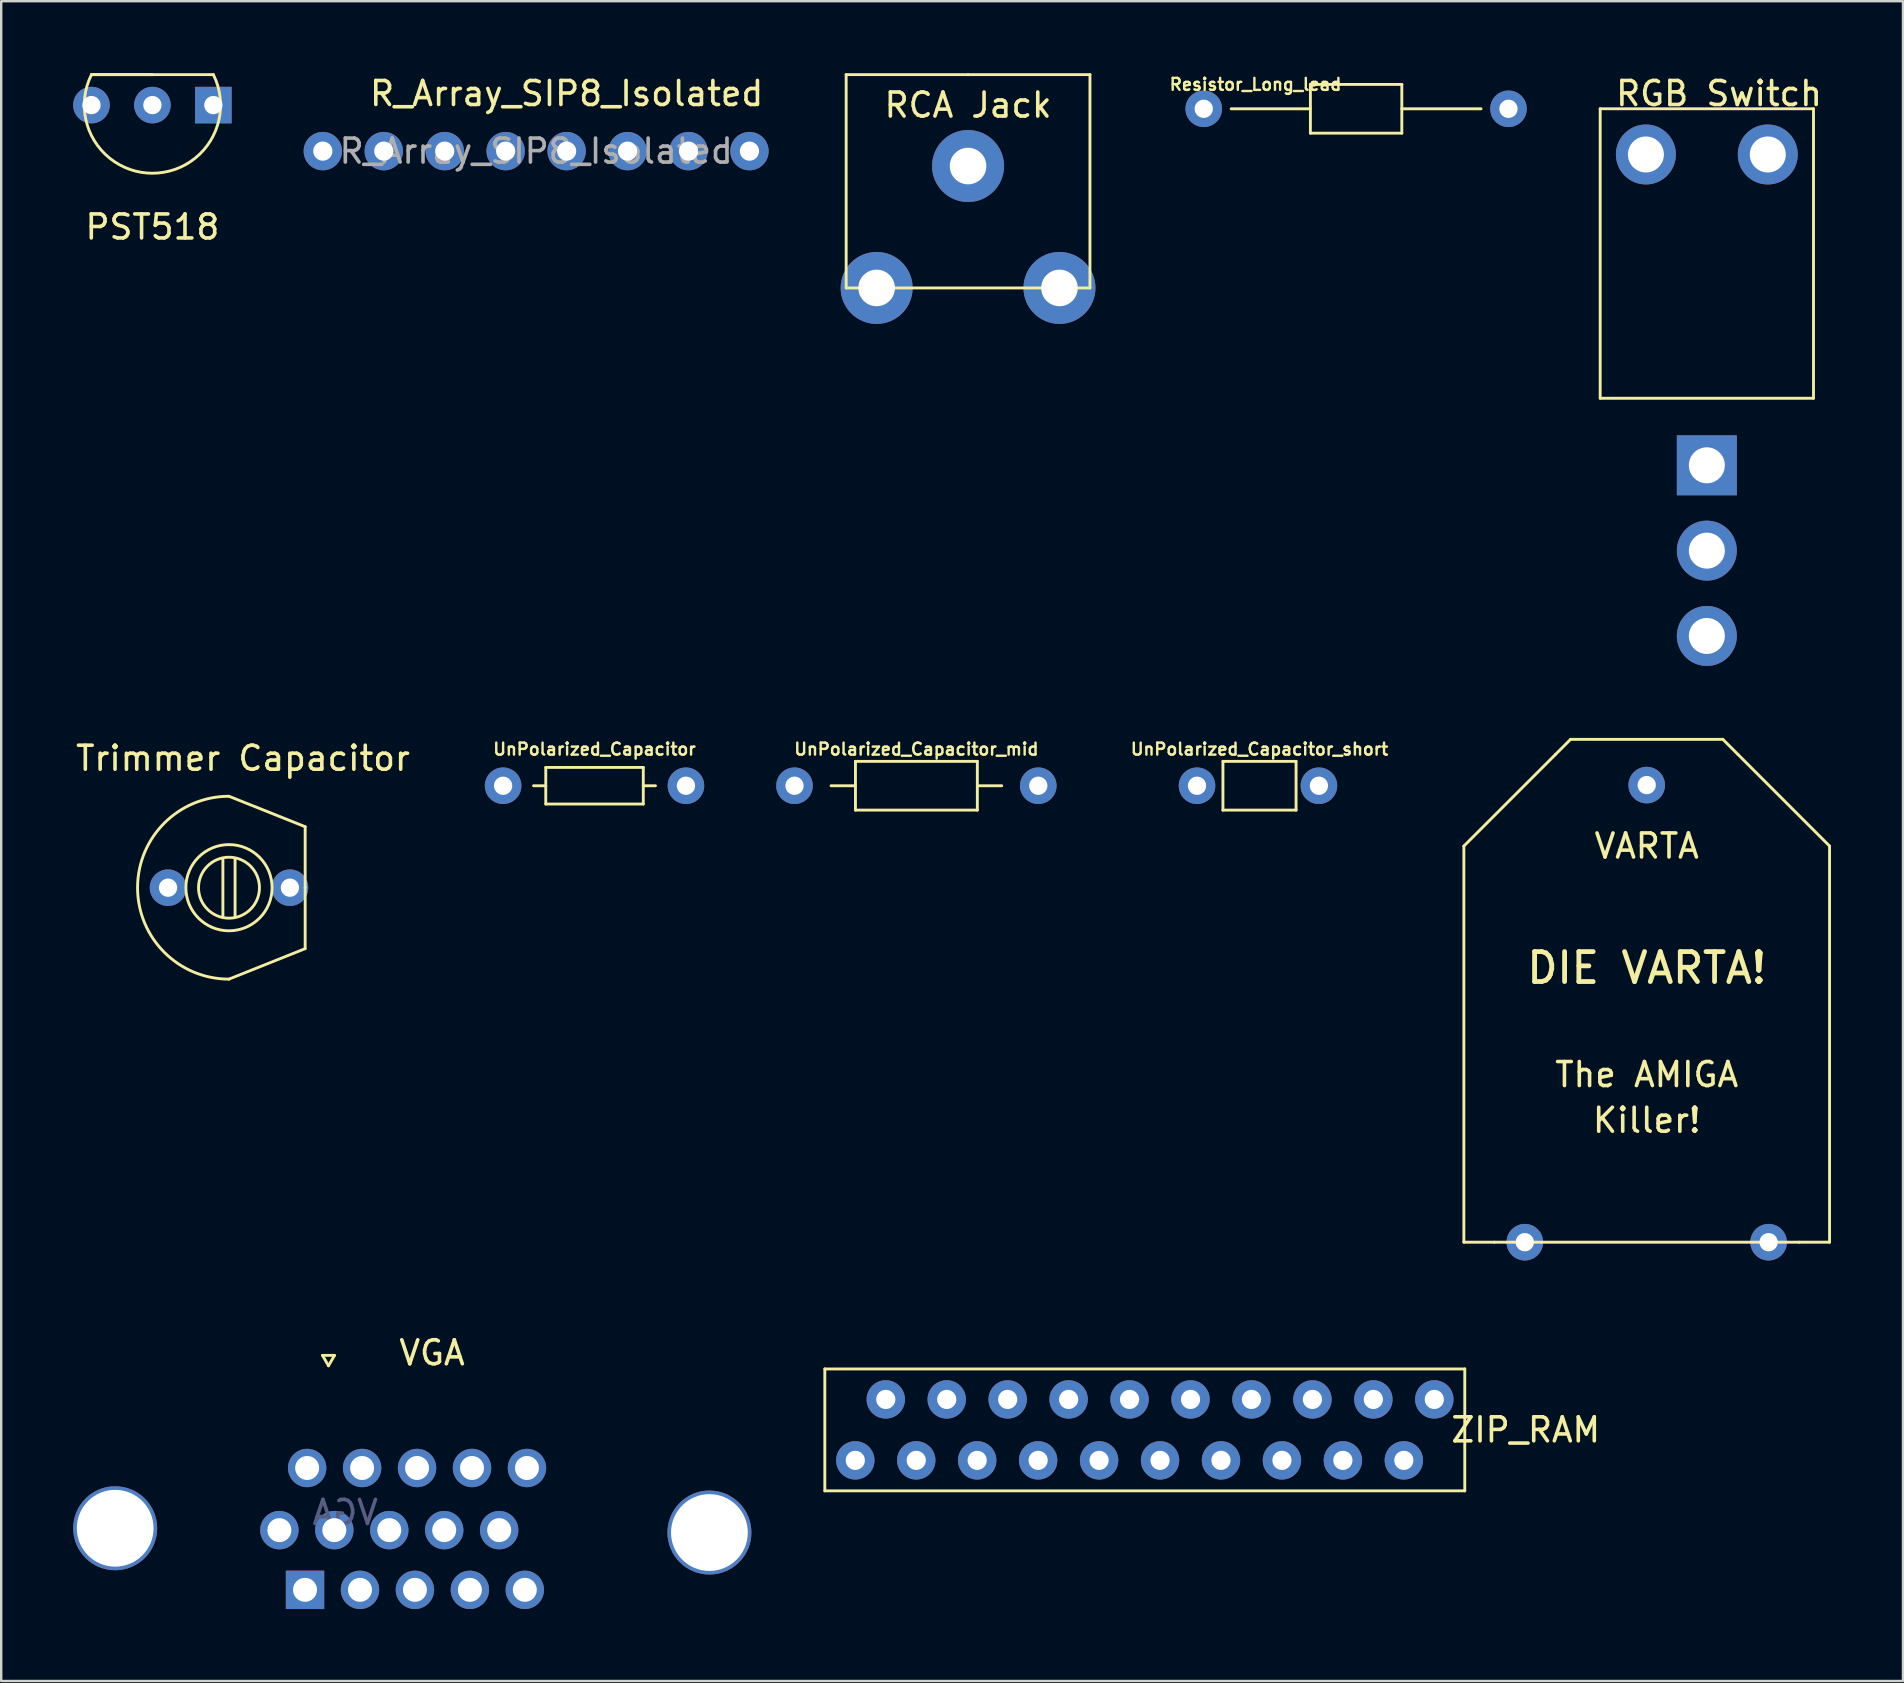
<source format=kicad_pcb>
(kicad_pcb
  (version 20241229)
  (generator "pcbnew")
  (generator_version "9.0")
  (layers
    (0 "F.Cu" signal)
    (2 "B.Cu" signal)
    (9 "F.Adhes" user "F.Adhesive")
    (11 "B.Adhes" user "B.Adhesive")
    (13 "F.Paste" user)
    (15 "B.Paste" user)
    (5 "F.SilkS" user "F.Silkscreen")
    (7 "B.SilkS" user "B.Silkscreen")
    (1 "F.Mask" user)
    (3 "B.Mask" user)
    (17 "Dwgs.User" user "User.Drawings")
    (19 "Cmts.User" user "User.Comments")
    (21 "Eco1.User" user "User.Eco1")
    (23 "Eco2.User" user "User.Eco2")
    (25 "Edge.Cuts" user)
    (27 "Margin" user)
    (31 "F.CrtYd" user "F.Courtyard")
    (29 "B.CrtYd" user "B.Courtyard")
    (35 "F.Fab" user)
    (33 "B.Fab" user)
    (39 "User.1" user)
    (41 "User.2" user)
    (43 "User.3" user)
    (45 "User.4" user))
  (footprint "RCA Jack"
    (layer "F.Cu")
    (at 37.294 6.41)
    (property "Reference" "RCA Jack" (at 0 -5.08 0) (layer "F.SilkS") (effects (font (size 1 1) (thickness 0.15))))
    (attr through_hole)
    (fp_line (start -5.08 -6.35) (end -5.08 2.54) (stroke (width 0.12) (type solid)) (layer "F.SilkS"))
    (fp_line (start -5.08 2.54) (end 5.08 2.54) (stroke (width 0.12) (type solid)) (layer "F.SilkS"))
    (fp_line (start 0 -6.35) (end -5.08 -6.35) (stroke (width 0.12) (type solid)) (layer "F.SilkS"))
    (fp_line (start 5.08 -6.35) (end 0 -6.35) (stroke (width 0.12) (type solid)) (layer "F.SilkS"))
    (fp_line (start 5.08 2.54) (end 5.08 -6.35) (stroke (width 0.12) (type solid)) (layer "F.SilkS"))
    (pad "1" thru_hole circle (at 3.81 2.54) (size 3 3) (drill 1.524) (layers "*.Cu" "*.Mask"))
    (pad "2" thru_hole circle (at -3.81 2.54) (size 3 3) (drill 1.524) (layers "*.Cu" "*.Mask"))
    (pad "3" thru_hole circle (at 0 -2.54) (size 3 3) (drill 1.524) (layers "*.Cu" "*.Mask")))
  (footprint "Trimmer Capacitor"
    (layer "F.Cu")
    (at 6.493 31.405)
    (property "Reference" "Trimmer Capacitor" (at 0.584 -2.853 0) (layer "F.SilkS") (effects (font (size 1 1) (thickness 0.15))))
    (attr through_hole)
    (fp_line (start -0.254 3.785) (end -0.254 1.321) (stroke (width 0.12) (type solid)) (layer "F.SilkS"))
    (fp_line (start 0.254 3.759) (end 0.254 1.321) (stroke (width 0.12) (type solid)) (layer "F.SilkS"))
    (fp_line (start 3.175 0) (end 0 -1.27) (stroke (width 0.12) (type solid)) (layer "F.SilkS"))
    (fp_line (start 3.175 2.54) (end 3.175 0) (stroke (width 0.12) (type solid)) (layer "F.SilkS"))
    (fp_line (start 3.175 2.54) (end 3.175 5.08) (stroke (width 0.12) (type solid)) (layer "F.SilkS"))
    (fp_line (start 3.175 5.08) (end 0 6.35) (stroke (width 0.12) (type solid)) (layer "F.SilkS"))
    (fp_arc (start 0 6.35) (mid -3.81 2.54) (end 0 -1.27) (stroke (width 0.12) (type solid)) (layer "F.SilkS"))
    (fp_circle (center 0 2.54) (end 1.27 2.54) (stroke (width 0.12) (type solid)) (fill no) (layer "F.SilkS"))
    (fp_circle (center 0 2.54) (end 1.27 3.81) (stroke (width 0.12) (type solid)) (fill no) (layer "F.SilkS"))
    (pad "1" thru_hole circle (at -2.54 2.54) (size 1.524 1.524) (drill 0.762) (layers "*.Cu" "*.Mask"))
    (pad "2" thru_hole circle (at 2.54 2.54) (size 1.524 1.524) (drill 0.762) (layers "*.Cu" "*.Mask")))
  (footprint "RGB Switch"
    (layer "F.Cu")
    (at 68.083 8.468)
    (property "Reference" "RGB Switch" (at 0.508 -7.62 0) (layer "F.SilkS") (effects (font (size 1 1) (thickness 0.15))))
    (attr through_hole)
    (fp_line (start -4.445 -6.985) (end -4.445 5.08) (stroke (width 0.12) (type solid)) (layer "F.SilkS"))
    (fp_line (start -4.445 5.08) (end 4.445 5.08) (stroke (width 0.12) (type solid)) (layer "F.SilkS"))
    (fp_line (start 4.445 -6.985) (end -4.445 -6.985) (stroke (width 0.12) (type solid)) (layer "F.SilkS"))
    (fp_line (start 4.445 5.08) (end 4.445 -6.985) (stroke (width 0.12) (type solid)) (layer "F.SilkS"))
    (pad "0" thru_hole circle (at -2.54 -5.08) (size 2.5 2.5) (drill 1.5) (layers "*.Cu" "*.Mask"))
    (pad "0" thru_hole circle (at 0 14.986) (size 2.5 2.5) (drill 1.5) (layers "*.Cu" "*.Mask"))
    (pad "0" thru_hole circle (at 2.54 -5.08) (size 2.5 2.5) (drill 1.5) (layers "*.Cu" "*.Mask"))
    (pad "1" thru_hole rect (at 0 7.874) (size 2.5 2.5) (drill 1.5) (layers "*.Cu" "*.Mask"))
    (pad "2" thru_hole circle (at 0 11.43) (size 2.5 2.5) (drill 1.5) (layers "*.Cu" "*.Mask")))
  (footprint "ZIP_RAM"
    (layer "F.Cu")
    (at 42.755 52.731)
    (property "Reference" "ZIP_RAM" (at 17.78 3.81 0) (layer "F.SilkS") (effects (font (size 1 1) (thickness 0.15))))
    (attr through_hole)
    (fp_line (start -11.43 1.27) (end -11.43 6.35) (stroke (width 0.12) (type solid)) (layer "F.SilkS"))
    (fp_line (start -11.43 6.35) (end 15.24 6.35) (stroke (width 0.12) (type solid)) (layer "F.SilkS"))
    (fp_line (start 15.24 1.27) (end -11.43 1.27) (stroke (width 0.12) (type solid)) (layer "F.SilkS"))
    (fp_line (start 15.24 6.35) (end 15.24 1.27) (stroke (width 0.12) (type solid)) (layer "F.SilkS"))
    (pad "1" thru_hole circle (at -10.16 5.08) (size 1.6 1.6) (drill 0.8) (layers "*.Cu" "*.Mask"))
    (pad "2" thru_hole circle (at -8.89 2.54) (size 1.6 1.6) (drill 0.8) (layers "*.Cu" "*.Mask"))
    (pad "3" thru_hole circle (at -7.62 5.08) (size 1.6 1.6) (drill 0.8) (layers "*.Cu" "*.Mask"))
    (pad "4" thru_hole circle (at -6.35 2.54) (size 1.6 1.6) (drill 0.8) (layers "*.Cu" "*.Mask"))
    (pad "5" thru_hole circle (at -5.08 5.08) (size 1.6 1.6) (drill 0.8) (layers "*.Cu" "*.Mask"))
    (pad "6" thru_hole circle (at -3.81 2.54) (size 1.6 1.6) (drill 0.8) (layers "*.Cu" "*.Mask"))
    (pad "7" thru_hole circle (at -2.54 5.08) (size 1.6 1.6) (drill 0.8) (layers "*.Cu" "*.Mask"))
    (pad "8" thru_hole circle (at -1.27 2.54) (size 1.6 1.6) (drill 0.8) (layers "*.Cu" "*.Mask"))
    (pad "9" thru_hole circle (at 0 5.08) (size 1.6 1.6) (drill 0.8) (layers "*.Cu" "*.Mask"))
    (pad "10" thru_hole circle (at 1.27 2.54) (size 1.6 1.6) (drill 0.8) (layers "*.Cu" "*.Mask"))
    (pad "11" thru_hole circle (at 2.54 5.08) (size 1.6 1.6) (drill 0.8) (layers "*.Cu" "*.Mask"))
    (pad "12" thru_hole circle (at 3.81 2.54) (size 1.6 1.6) (drill 0.8) (layers "*.Cu" "*.Mask"))
    (pad "13" thru_hole circle (at 5.08 5.08) (size 1.6 1.6) (drill 0.8) (layers "*.Cu" "*.Mask"))
    (pad "14" thru_hole circle (at 6.35 2.54) (size 1.6 1.6) (drill 0.8) (layers "*.Cu" "*.Mask"))
    (pad "15" thru_hole circle (at 7.62 5.08) (size 1.6 1.6) (drill 0.8) (layers "*.Cu" "*.Mask"))
    (pad "16" thru_hole circle (at 8.89 2.54) (size 1.6 1.6) (drill 0.8) (layers "*.Cu" "*.Mask"))
    (pad "17" thru_hole circle (at 10.16 5.08) (size 1.6 1.6) (drill 0.8) (layers "*.Cu" "*.Mask"))
    (pad "18" thru_hole circle (at 11.43 2.54) (size 1.6 1.6) (drill 0.8) (layers "*.Cu" "*.Mask"))
    (pad "19" thru_hole circle (at 12.7 5.08) (size 1.6 1.6) (drill 0.8) (layers "*.Cu" "*.Mask"))
    (pad "20" thru_hole circle (at 13.97 2.54) (size 1.6 1.6) (drill 0.8) (layers "*.Cu" "*.Mask")))
  (footprint "R_Array_SIP8_Isolated"
    (layer "F.Cu")
    (at 10.404 3.248)
    (property "Reference" "R_Array_SIP8_Isolated" (at 10.16 -2.4 0) (layer "F.SilkS") (effects (font (size 1 1) (thickness 0.15))))
    (attr through_hole)
    (fp_text user "${REFERENCE}" (at 8.89 0 0) (layer "F.Fab") (effects (font (size 1 1) (thickness 0.15))))
    (pad "1" thru_hole circle (at 0 0) (size 1.6 1.6) (drill 0.8) (layers "*.Cu" "*.Mask"))
    (pad "2" thru_hole oval (at 2.54 0) (size 1.6 1.6) (drill 0.8) (layers "*.Cu" "*.Mask"))
    (pad "3" thru_hole oval (at 5.08 0) (size 1.6 1.6) (drill 0.8) (layers "*.Cu" "*.Mask"))
    (pad "4" thru_hole oval (at 7.62 0) (size 1.6 1.6) (drill 0.8) (layers "*.Cu" "*.Mask"))
    (pad "5" thru_hole oval (at 10.16 0) (size 1.6 1.6) (drill 0.8) (layers "*.Cu" "*.Mask"))
    (pad "6" thru_hole oval (at 12.7 0) (size 1.6 1.6) (drill 0.8) (layers "*.Cu" "*.Mask"))
    (pad "7" thru_hole oval (at 15.24 0) (size 1.6 1.6) (drill 0.8) (layers "*.Cu" "*.Mask"))
    (pad "8" thru_hole oval (at 17.78 0) (size 1.6 1.6) (drill 0.8) (layers "*.Cu" "*.Mask")))
  (footprint "UnPolarized_Capacitor_short"
    (layer "F.Cu")
    (at 46.9 29.696)
    (property "Reference" "UnPolarized_Capacitor_short" (at 2.54 -1.524 0) (layer "F.SilkS") (effects (font (size 0.5 0.5) (thickness 0.1))))
    (attr through_hole)
    (fp_line (start 1.016 -1.016) (end 1.016 1.016) (stroke (width 0.12) (type solid)) (layer "F.SilkS"))
    (fp_line (start 1.016 1.016) (end 4.064 1.016) (stroke (width 0.12) (type solid)) (layer "F.SilkS"))
    (fp_line (start 4.064 -1.016) (end 1.016 -1.016) (stroke (width 0.12) (type solid)) (layer "F.SilkS"))
    (fp_line (start 4.064 1.016) (end 4.064 -1.016) (stroke (width 0.12) (type solid)) (layer "F.SilkS"))
    (pad "1" thru_hole circle (at -0.064 0) (size 1.524 1.524) (drill 0.762) (layers "*.Cu" "*.Mask"))
    (pad "2" thru_hole circle (at 5.016 0) (size 1.524 1.524) (drill 0.762) (layers "*.Cu" "*.Mask")))
  (footprint "Resistor_Long_lead"
    (layer "F.Cu")
    (at 52.831 1.484)
    (property "Reference" "Resistor_Long_lead" (at -3.556 -1.016 0) (layer "F.SilkS") (effects (font (size 0.5 0.5) (thickness 0.1))))
    (attr through_hole)
    (fp_line (start -1.27 -1.016) (end 2.54 -1.016) (stroke (width 0.12) (type solid)) (layer "F.SilkS"))
    (fp_line (start -1.27 0) (end -4.572 0) (stroke (width 0.12) (type solid)) (layer "F.SilkS"))
    (fp_line (start -1.27 1.016) (end -1.27 -1.016) (stroke (width 0.12) (type solid)) (layer "F.SilkS"))
    (fp_line (start 2.54 -1.016) (end 2.54 1.016) (stroke (width 0.12) (type solid)) (layer "F.SilkS"))
    (fp_line (start 2.54 0) (end 5.842 0) (stroke (width 0.12) (type solid)) (layer "F.SilkS"))
    (fp_line (start 2.54 1.016) (end -1.27 1.016) (stroke (width 0.12) (type solid)) (layer "F.SilkS"))
    (pad "1" thru_hole circle (at -5.715 0) (size 1.524 1.524) (drill 0.762) (layers "*.Cu" "*.Mask"))
    (pad "2" thru_hole circle (at 6.985 0) (size 1.524 1.524) (drill 0.762) (layers "*.Cu" "*.Mask")))
  (footprint "VGA"
    (layer "F.Cu")
    (at 10.64 58.66)
    (property "Reference" "VGA" (at 4.315 -5.33 0) (layer "F.SilkS") (effects (font (size 1 1) (thickness 0.15))))
    (attr through_hole)
    (fp_line (start -0.25 -5.224) (end 0.25 -5.224) (stroke (width 0.12) (type solid)) (layer "F.SilkS"))
    (fp_line (start 0 -4.791) (end -0.25 -5.224) (stroke (width 0.12) (type solid)) (layer "F.SilkS"))
    (fp_line (start 0.25 -5.224) (end 0 -4.791) (stroke (width 0.12) (type solid)) (layer "F.SilkS"))
    (fp_text user "${REFERENCE}" (at 0.696 1.322 0) (layer "B.Fab") (effects (font (size 1 1) (thickness 0.15)) (justify mirror)))
    (pad "" np_thru_hole circle (at -8.89 1.98) (size 3.5 3.5) (drill 3.2) (layers "*.Cu" "*.Mask"))
    (pad "" np_thru_hole circle (at 15.875 2.159) (size 3.5 3.5) (drill 3.2) (layers "*.Cu" "*.Mask"))
    (pad "1" thru_hole rect (at -0.978 4.547) (size 1.6 1.6) (drill 1) (layers "*.Cu" "*.Mask"))
    (pad "2" thru_hole circle (at 1.312 4.547) (size 1.6 1.6) (drill 1) (layers "*.Cu" "*.Mask"))
    (pad "3" thru_hole circle (at 3.602 4.547) (size 1.6 1.6) (drill 1) (layers "*.Cu" "*.Mask"))
    (pad "4" thru_hole circle (at 5.892 4.547) (size 1.6 1.6) (drill 1) (layers "*.Cu" "*.Mask"))
    (pad "5" thru_hole circle (at 8.182 4.547) (size 1.6 1.6) (drill 1) (layers "*.Cu" "*.Mask"))
    (pad "6" thru_hole circle (at -2.047 2.059) (size 1.6 1.6) (drill 1) (layers "*.Cu" "*.Mask"))
    (pad "7" thru_hole circle (at 0.243 2.059) (size 1.6 1.6) (drill 1) (layers "*.Cu" "*.Mask"))
    (pad "8" thru_hole circle (at 2.533 2.059) (size 1.6 1.6) (drill 1) (layers "*.Cu" "*.Mask"))
    (pad "9" thru_hole circle (at 4.823 2.059) (size 1.6 1.6) (drill 1) (layers "*.Cu" "*.Mask"))
    (pad "10" thru_hole circle (at 7.113 2.059) (size 1.6 1.6) (drill 1) (layers "*.Cu" "*.Mask"))
    (pad "11" thru_hole circle (at -0.889 -0.531) (size 1.6 1.6) (drill 1) (layers "*.Cu" "*.Mask"))
    (pad "12" thru_hole circle (at 1.401 -0.531) (size 1.6 1.6) (drill 1) (layers "*.Cu" "*.Mask"))
    (pad "13" thru_hole circle (at 3.691 -0.531) (size 1.6 1.6) (drill 1) (layers "*.Cu" "*.Mask"))
    (pad "14" thru_hole circle (at 5.981 -0.531) (size 1.6 1.6) (drill 1) (layers "*.Cu" "*.Mask"))
    (pad "15" thru_hole circle (at 8.271 -0.531) (size 1.6 1.6) (drill 1) (layers "*.Cu" "*.Mask")))
  (footprint "VARTA"
    (layer "F.Cu")
    (at 65.577 39.829)
    (property "Reference" "VARTA" (at 0 -7.62 0) (layer "F.SilkS") (effects (font (size 1 1) (thickness 0.15))))
    (attr through_hole)
    (fp_line (start -7.62 -7.62) (end -7.62 8.89) (stroke (width 0.12) (type solid)) (layer "F.SilkS"))
    (fp_line (start -6.35 8.89) (end -7.62 8.89) (stroke (width 0.12) (type solid)) (layer "F.SilkS"))
    (fp_line (start -6.35 8.89) (end 6.35 8.89) (stroke (width 0.12) (type solid)) (layer "F.SilkS"))
    (fp_line (start -3.81 -11.43) (end -7.62 -7.62) (stroke (width 0.12) (type solid)) (layer "F.SilkS"))
    (fp_line (start -3.81 -11.43) (end -3.175 -12.065) (stroke (width 0.12) (type solid)) (layer "F.SilkS"))
    (fp_line (start -3.175 -12.065) (end 3.175 -12.065) (stroke (width 0.12) (type solid)) (layer "F.SilkS"))
    (fp_line (start 3.175 -12.065) (end 3.81 -11.43) (stroke (width 0.12) (type solid)) (layer "F.SilkS"))
    (fp_line (start 6.35 8.89) (end 7.62 8.89) (stroke (width 0.12) (type solid)) (layer "F.SilkS"))
    (fp_line (start 7.62 -7.62) (end 3.81 -11.43) (stroke (width 0.12) (type solid)) (layer "F.SilkS"))
    (fp_line (start 7.62 8.89) (end 7.62 -7.62) (stroke (width 0.12) (type solid)) (layer "F.SilkS"))
    (fp_text user "DIE VARTA!" (at 0 -2.54 0) (layer "F.SilkS") (effects (font (size 1.25 1.25) (thickness 0.2))))
    (fp_text user "Killer!" (at 0 3.81 0) (layer "F.SilkS") (effects (font (size 1 1) (thickness 0.15))))
    (fp_text user "The AMIGA" (at 0 1.905 0) (layer "F.SilkS") (effects (font (size 1 1) (thickness 0.15))))
    (pad "1" thru_hole circle (at -5.08 8.89) (size 1.524 1.524) (drill 0.762) (layers "*.Cu" "*.Mask"))
    (pad "2" thru_hole circle (at 5.08 8.89) (size 1.524 1.524) (drill 0.762) (layers "*.Cu" "*.Mask"))
    (pad "3" thru_hole circle (at 0 -10.16) (size 1.524 1.524) (drill 0.762) (layers "*.Cu" "*.Mask")))
  (footprint "UnPolarized_Capacitor"
    (layer "F.Cu")
    (at 21.727 29.696)
    (property "Reference" "UnPolarized_Capacitor" (at 0 -1.524 0) (layer "F.SilkS") (effects (font (size 0.5 0.5) (thickness 0.1))))
    (attr through_hole)
    (fp_line (start -2.54 0) (end -2.032 0) (stroke (width 0.12) (type solid)) (layer "F.SilkS"))
    (fp_line (start -2.032 -0.762) (end 2.032 -0.762) (stroke (width 0.12) (type solid)) (layer "F.SilkS"))
    (fp_line (start -2.032 0.762) (end -2.032 -0.762) (stroke (width 0.12) (type solid)) (layer "F.SilkS"))
    (fp_line (start 2.032 -0.762) (end 2.032 0.762) (stroke (width 0.12) (type solid)) (layer "F.SilkS"))
    (fp_line (start 2.032 0) (end 2.54 0) (stroke (width 0.12) (type solid)) (layer "F.SilkS"))
    (fp_line (start 2.032 0.762) (end -2.032 0.762) (stroke (width 0.12) (type solid)) (layer "F.SilkS"))
    (pad "1" thru_hole circle (at -3.81 0) (size 1.524 1.524) (drill 0.762) (layers "*.Cu" "*.Mask"))
    (pad "2" thru_hole circle (at 3.81 0) (size 1.524 1.524) (drill 0.762) (layers "*.Cu" "*.Mask")))
  (footprint "PST518"
    (layer "F.Cu")
    (at 3.302 1.33)
    (property "Reference" "PST518" (at 0 5.08 0) (layer "F.SilkS") (effects (font (size 1 1) (thickness 0.15))))
    (attr through_hole)
    (fp_line (start -2.54 -1.27) (end 2.54 -1.27) (stroke (width 0.12) (type solid)) (layer "F.SilkS"))
    (fp_line (start 0 -1.27) (end -2.54 -1.27) (stroke (width 0.12) (type solid)) (layer "F.SilkS"))
    (fp_arc (start 2.539999 -1.27) (mid 0 2.839805) (end -2.539999 -1.269999) (stroke (width 0.12) (type solid)) (layer "F.SilkS"))
    (pad "1" thru_hole rect (at 2.54 0) (size 1.524 1.524) (drill 0.762) (layers "*.Cu" "*.Mask"))
    (pad "2" thru_hole circle (at -2.54 0) (size 1.524 1.524) (drill 0.762) (layers "*.Cu" "*.Mask"))
    (pad "3" thru_hole circle (at 0 0) (size 1.524 1.524) (drill 0.762) (layers "*.Cu" "*.Mask")))
  (footprint "UnPolarized_Capacitor_mid"
    (layer "F.Cu")
    (at 32.601 29.696)
    (property "Reference" "UnPolarized_Capacitor_mid" (at 2.54 -1.524 0) (layer "F.SilkS") (effects (font (size 0.5 0.5) (thickness 0.1))))
    (attr through_hole)
    (fp_line (start 0 -1.016) (end 0 1.016) (stroke (width 0.12) (type solid)) (layer "F.SilkS"))
    (fp_line (start 0 0) (end -1.016 0) (stroke (width 0.12) (type solid)) (layer "F.SilkS"))
    (fp_line (start 0 1.016) (end 5.08 1.016) (stroke (width 0.12) (type solid)) (layer "F.SilkS"))
    (fp_line (start 5.08 -1.016) (end 0 -1.016) (stroke (width 0.12) (type solid)) (layer "F.SilkS"))
    (fp_line (start 5.08 0) (end 6.096 0) (stroke (width 0.12) (type solid)) (layer "F.SilkS"))
    (fp_line (start 5.08 1.016) (end 5.08 -1.016) (stroke (width 0.12) (type solid)) (layer "F.SilkS"))
    (pad "1" thru_hole circle (at -2.54 0) (size 1.524 1.524) (drill 0.762) (layers "*.Cu" "*.Mask"))
    (pad "2" thru_hole circle (at 7.62 0) (size 1.524 1.524) (drill 0.762) (layers "*.Cu" "*.Mask")))
  (gr_rect
    (start -3 -3)
    (end 76.257 67.006)
    (stroke (width 0.1) (type default))
    (fill no)
    (layer "Edge.Cuts")))
</source>
